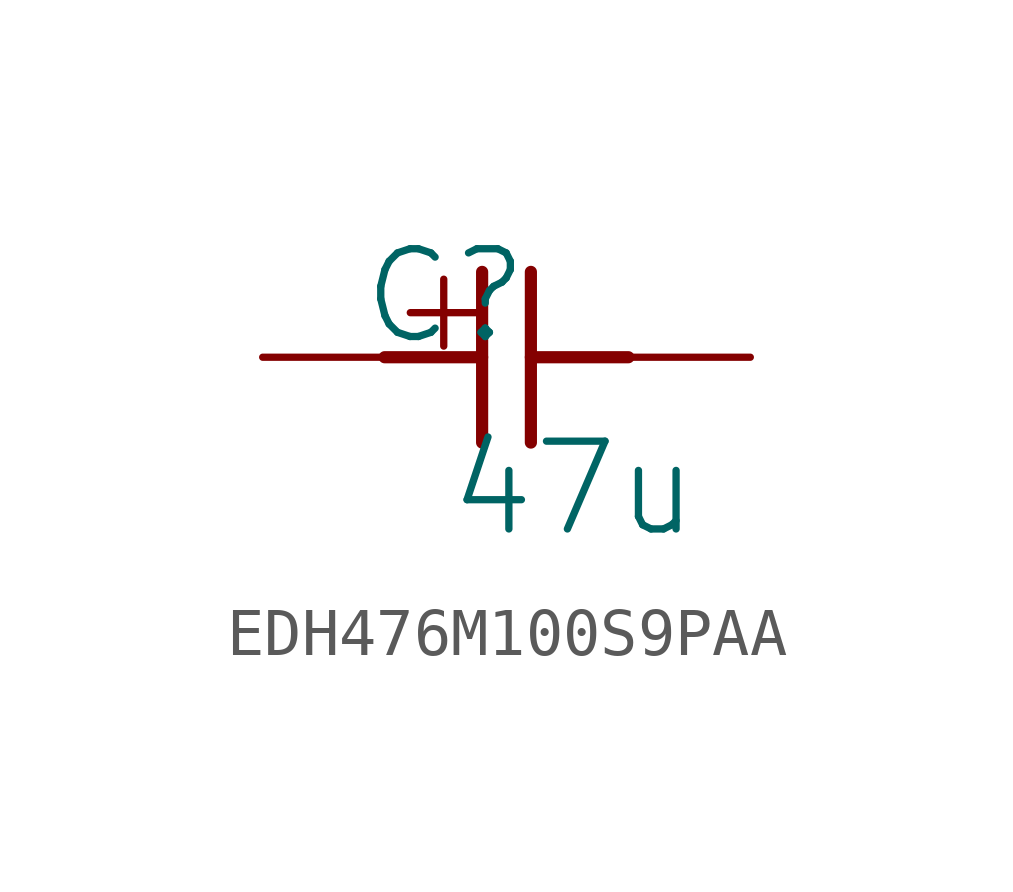
<source format=kicad_sym>
(kicad_symbol_lib
  (version 20231120)
  (generator "kicad_symbol_editor")
  (generator_version "8.0")
  (symbol "EDH476M100S9PAA"
    (property "Reference" "C"
      (at -1.27 1.27 0)
      (effects (font (size 1.829 1.829))))
    (property "Value" "47u"
      (at -1.27 -3.81 0)
      (effects (font (size 1.829 1.829)) (justify left bottom)))
    (symbol "EDH476M100S9PAA_1_0"
      (polyline (pts (xy -2.54 0) (xy -0.508 0)) (stroke (width 0.254) (type solid)) (fill (type none)))
      (polyline (pts (xy -0.508 1.778) (xy -0.508 -1.778)) (stroke (width 0.254) (type solid)) (fill (type none)))
      (polyline (pts (xy 0.508 -1.778) (xy 0.508 1.778)) (stroke (width 0.254) (type solid)) (fill (type none)))
      (polyline (pts (xy 0.508 0) (xy 2.54 0)) (stroke (width 0.254) (type solid)) (fill (type none)))
      (text "+" (at -2.54 0 0) (effects (font (size 1.829 1.829)) (justify left bottom)))
      (pin passive line (at -5.08 0 0) (length 2.54) (name "1" (effects (font (size 0 0)))) (number "1" (effects (font (size 0 0)))))
      (pin passive line (at 5.08 0 180) (length 2.54) (name "2" (effects (font (size 0 0)))) (number "2" (effects (font (size 0 0))))))))
</source>
